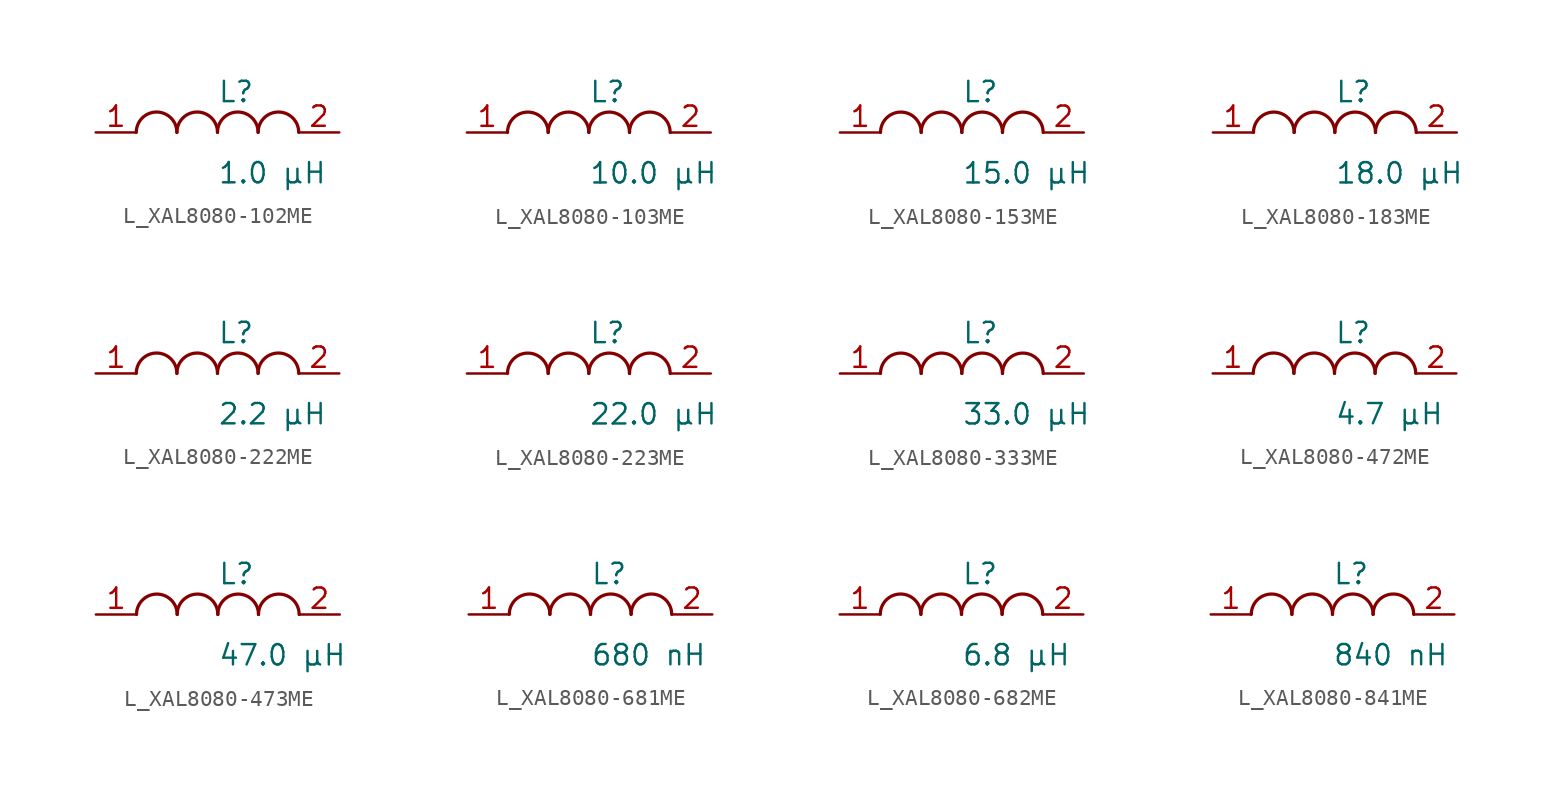
<source format=kicad_sym>
(kicad_symbol_lib
  (version 20231120)
  (generator kicad_symbol_editor)
  (generator_version 8.0)
  (symbol "L_XAL8080-102ME"
    (pin_names
      (offset 0.254))
    (property "Reference" "L"
      (at 0 2.54 0)
      (effects (font (size 1.27 1.27)) (justify left)))
    (property "Value" "1.0 µH"
      (at 0 -2.54 0)
      (effects (font (size 1.27 1.27)) (justify left)))
    (symbol "L_XAL8080-102ME_1_1"
      (arc (start -2.54 0.0056) (mid -3.81 1.27) (end -5.08 0.0056) (stroke (width 0.2032) (type default)) (fill (type none)))
      (arc (start 0 0.0056) (mid -1.27 1.27) (end -2.54 0.0056) (stroke (width 0.2032) (type default)) (fill (type none)))
      (arc (start 2.54 0.0056) (mid 1.27 1.27) (end 0 0.0056) (stroke (width 0.2032) (type default)) (fill (type none)))
      (arc (start 5.08 0.0056) (mid 3.81 1.27) (end 2.54 0.0056) (stroke (width 0.2032) (type default)) (fill (type none)))
      (pin unspecified line (at -7.62 0 0) (length 2.54) (name "" (effects (font (size 1.27 1.27)))) (number "1" (effects (font (size 1.27 1.27)))))
      (pin unspecified line (at 7.62 0 180) (length 2.54) (name "" (effects (font (size 1.27 1.27)))) (number "2" (effects (font (size 1.27 1.27)))))))
  (symbol "L_XAL8080-103ME"
    (pin_names
      (offset 0.254))
    (property "Reference" "L"
      (at 0 2.54 0)
      (effects (font (size 1.27 1.27)) (justify left)))
    (property "Value" "10.0 µH"
      (at 0 -2.54 0)
      (effects (font (size 1.27 1.27)) (justify left)))
    (symbol "L_XAL8080-103ME_1_1"
      (arc (start -2.54 0.0056) (mid -3.81 1.27) (end -5.08 0.0056) (stroke (width 0.2032) (type default)) (fill (type none)))
      (arc (start 0 0.0056) (mid -1.27 1.27) (end -2.54 0.0056) (stroke (width 0.2032) (type default)) (fill (type none)))
      (arc (start 2.54 0.0056) (mid 1.27 1.27) (end 0 0.0056) (stroke (width 0.2032) (type default)) (fill (type none)))
      (arc (start 5.08 0.0056) (mid 3.81 1.27) (end 2.54 0.0056) (stroke (width 0.2032) (type default)) (fill (type none)))
      (pin unspecified line (at -7.62 0 0) (length 2.54) (name "" (effects (font (size 1.27 1.27)))) (number "1" (effects (font (size 1.27 1.27)))))
      (pin unspecified line (at 7.62 0 180) (length 2.54) (name "" (effects (font (size 1.27 1.27)))) (number "2" (effects (font (size 1.27 1.27)))))))
  (symbol "L_XAL8080-153ME"
    (pin_names
      (offset 0.254))
    (property "Reference" "L"
      (at 0 2.54 0)
      (effects (font (size 1.27 1.27)) (justify left)))
    (property "Value" "15.0 µH"
      (at 0 -2.54 0)
      (effects (font (size 1.27 1.27)) (justify left)))
    (symbol "L_XAL8080-153ME_1_1"
      (arc (start -2.54 0.0056) (mid -3.81 1.27) (end -5.08 0.0056) (stroke (width 0.2032) (type default)) (fill (type none)))
      (arc (start 0 0.0056) (mid -1.27 1.27) (end -2.54 0.0056) (stroke (width 0.2032) (type default)) (fill (type none)))
      (arc (start 2.54 0.0056) (mid 1.27 1.27) (end 0 0.0056) (stroke (width 0.2032) (type default)) (fill (type none)))
      (arc (start 5.08 0.0056) (mid 3.81 1.27) (end 2.54 0.0056) (stroke (width 0.2032) (type default)) (fill (type none)))
      (pin unspecified line (at -7.62 0 0) (length 2.54) (name "" (effects (font (size 1.27 1.27)))) (number "1" (effects (font (size 1.27 1.27)))))
      (pin unspecified line (at 7.62 0 180) (length 2.54) (name "" (effects (font (size 1.27 1.27)))) (number "2" (effects (font (size 1.27 1.27)))))))
  (symbol "L_XAL8080-183ME"
    (pin_names
      (offset 0.254))
    (property "Reference" "L"
      (at 0 2.54 0)
      (effects (font (size 1.27 1.27)) (justify left)))
    (property "Value" "18.0 µH"
      (at 0 -2.54 0)
      (effects (font (size 1.27 1.27)) (justify left)))
    (symbol "L_XAL8080-183ME_1_1"
      (arc (start -2.54 0.0056) (mid -3.81 1.27) (end -5.08 0.0056) (stroke (width 0.2032) (type default)) (fill (type none)))
      (arc (start 0 0.0056) (mid -1.27 1.27) (end -2.54 0.0056) (stroke (width 0.2032) (type default)) (fill (type none)))
      (arc (start 2.54 0.0056) (mid 1.27 1.27) (end 0 0.0056) (stroke (width 0.2032) (type default)) (fill (type none)))
      (arc (start 5.08 0.0056) (mid 3.81 1.27) (end 2.54 0.0056) (stroke (width 0.2032) (type default)) (fill (type none)))
      (pin unspecified line (at -7.62 0 0) (length 2.54) (name "" (effects (font (size 1.27 1.27)))) (number "1" (effects (font (size 1.27 1.27)))))
      (pin unspecified line (at 7.62 0 180) (length 2.54) (name "" (effects (font (size 1.27 1.27)))) (number "2" (effects (font (size 1.27 1.27)))))))
  (symbol "L_XAL8080-222ME"
    (pin_names
      (offset 0.254))
    (property "Reference" "L"
      (at 0 2.54 0)
      (effects (font (size 1.27 1.27)) (justify left)))
    (property "Value" "2.2 µH"
      (at 0 -2.54 0)
      (effects (font (size 1.27 1.27)) (justify left)))
    (symbol "L_XAL8080-222ME_1_1"
      (arc (start -2.54 0.0056) (mid -3.81 1.27) (end -5.08 0.0056) (stroke (width 0.2032) (type default)) (fill (type none)))
      (arc (start 0 0.0056) (mid -1.27 1.27) (end -2.54 0.0056) (stroke (width 0.2032) (type default)) (fill (type none)))
      (arc (start 2.54 0.0056) (mid 1.27 1.27) (end 0 0.0056) (stroke (width 0.2032) (type default)) (fill (type none)))
      (arc (start 5.08 0.0056) (mid 3.81 1.27) (end 2.54 0.0056) (stroke (width 0.2032) (type default)) (fill (type none)))
      (pin unspecified line (at -7.62 0 0) (length 2.54) (name "" (effects (font (size 1.27 1.27)))) (number "1" (effects (font (size 1.27 1.27)))))
      (pin unspecified line (at 7.62 0 180) (length 2.54) (name "" (effects (font (size 1.27 1.27)))) (number "2" (effects (font (size 1.27 1.27)))))))
  (symbol "L_XAL8080-223ME"
    (pin_names
      (offset 0.254))
    (property "Reference" "L"
      (at 0 2.54 0)
      (effects (font (size 1.27 1.27)) (justify left)))
    (property "Value" "22.0 µH"
      (at 0 -2.54 0)
      (effects (font (size 1.27 1.27)) (justify left)))
    (symbol "L_XAL8080-223ME_1_1"
      (arc (start -2.54 0.0056) (mid -3.81 1.27) (end -5.08 0.0056) (stroke (width 0.2032) (type default)) (fill (type none)))
      (arc (start 0 0.0056) (mid -1.27 1.27) (end -2.54 0.0056) (stroke (width 0.2032) (type default)) (fill (type none)))
      (arc (start 2.54 0.0056) (mid 1.27 1.27) (end 0 0.0056) (stroke (width 0.2032) (type default)) (fill (type none)))
      (arc (start 5.08 0.0056) (mid 3.81 1.27) (end 2.54 0.0056) (stroke (width 0.2032) (type default)) (fill (type none)))
      (pin unspecified line (at -7.62 0 0) (length 2.54) (name "" (effects (font (size 1.27 1.27)))) (number "1" (effects (font (size 1.27 1.27)))))
      (pin unspecified line (at 7.62 0 180) (length 2.54) (name "" (effects (font (size 1.27 1.27)))) (number "2" (effects (font (size 1.27 1.27)))))))
  (symbol "L_XAL8080-333ME"
    (pin_names
      (offset 0.254))
    (property "Reference" "L"
      (at 0 2.54 0)
      (effects (font (size 1.27 1.27)) (justify left)))
    (property "Value" "33.0 µH"
      (at 0 -2.54 0)
      (effects (font (size 1.27 1.27)) (justify left)))
    (symbol "L_XAL8080-333ME_1_1"
      (arc (start -2.54 0.0056) (mid -3.81 1.27) (end -5.08 0.0056) (stroke (width 0.2032) (type default)) (fill (type none)))
      (arc (start 0 0.0056) (mid -1.27 1.27) (end -2.54 0.0056) (stroke (width 0.2032) (type default)) (fill (type none)))
      (arc (start 2.54 0.0056) (mid 1.27 1.27) (end 0 0.0056) (stroke (width 0.2032) (type default)) (fill (type none)))
      (arc (start 5.08 0.0056) (mid 3.81 1.27) (end 2.54 0.0056) (stroke (width 0.2032) (type default)) (fill (type none)))
      (pin unspecified line (at -7.62 0 0) (length 2.54) (name "" (effects (font (size 1.27 1.27)))) (number "1" (effects (font (size 1.27 1.27)))))
      (pin unspecified line (at 7.62 0 180) (length 2.54) (name "" (effects (font (size 1.27 1.27)))) (number "2" (effects (font (size 1.27 1.27)))))))
  (symbol "L_XAL8080-472ME"
    (pin_names
      (offset 0.254))
    (property "Reference" "L"
      (at 0 2.54 0)
      (effects (font (size 1.27 1.27)) (justify left)))
    (property "Value" "4.7 µH"
      (at 0 -2.54 0)
      (effects (font (size 1.27 1.27)) (justify left)))
    (symbol "L_XAL8080-472ME_1_1"
      (arc (start -2.54 0.0056) (mid -3.81 1.27) (end -5.08 0.0056) (stroke (width 0.2032) (type default)) (fill (type none)))
      (arc (start 0 0.0056) (mid -1.27 1.27) (end -2.54 0.0056) (stroke (width 0.2032) (type default)) (fill (type none)))
      (arc (start 2.54 0.0056) (mid 1.27 1.27) (end 0 0.0056) (stroke (width 0.2032) (type default)) (fill (type none)))
      (arc (start 5.08 0.0056) (mid 3.81 1.27) (end 2.54 0.0056) (stroke (width 0.2032) (type default)) (fill (type none)))
      (pin unspecified line (at -7.62 0 0) (length 2.54) (name "" (effects (font (size 1.27 1.27)))) (number "1" (effects (font (size 1.27 1.27)))))
      (pin unspecified line (at 7.62 0 180) (length 2.54) (name "" (effects (font (size 1.27 1.27)))) (number "2" (effects (font (size 1.27 1.27)))))))
  (symbol "L_XAL8080-473ME"
    (pin_names
      (offset 0.254))
    (property "Reference" "L"
      (at 0 2.54 0)
      (effects (font (size 1.27 1.27)) (justify left)))
    (property "Value" "47.0 µH"
      (at 0 -2.54 0)
      (effects (font (size 1.27 1.27)) (justify left)))
    (symbol "L_XAL8080-473ME_1_1"
      (arc (start -2.54 0.0056) (mid -3.81 1.27) (end -5.08 0.0056) (stroke (width 0.2032) (type default)) (fill (type none)))
      (arc (start 0 0.0056) (mid -1.27 1.27) (end -2.54 0.0056) (stroke (width 0.2032) (type default)) (fill (type none)))
      (arc (start 2.54 0.0056) (mid 1.27 1.27) (end 0 0.0056) (stroke (width 0.2032) (type default)) (fill (type none)))
      (arc (start 5.08 0.0056) (mid 3.81 1.27) (end 2.54 0.0056) (stroke (width 0.2032) (type default)) (fill (type none)))
      (pin unspecified line (at -7.62 0 0) (length 2.54) (name "" (effects (font (size 1.27 1.27)))) (number "1" (effects (font (size 1.27 1.27)))))
      (pin unspecified line (at 7.62 0 180) (length 2.54) (name "" (effects (font (size 1.27 1.27)))) (number "2" (effects (font (size 1.27 1.27)))))))
  (symbol "L_XAL8080-681ME"
    (pin_names
      (offset 0.254))
    (property "Reference" "L"
      (at 0 2.54 0)
      (effects (font (size 1.27 1.27)) (justify left)))
    (property "Value" "680 nH"
      (at 0 -2.54 0)
      (effects (font (size 1.27 1.27)) (justify left)))
    (symbol "L_XAL8080-681ME_1_1"
      (arc (start -2.54 0.0056) (mid -3.81 1.27) (end -5.08 0.0056) (stroke (width 0.2032) (type default)) (fill (type none)))
      (arc (start 0 0.0056) (mid -1.27 1.27) (end -2.54 0.0056) (stroke (width 0.2032) (type default)) (fill (type none)))
      (arc (start 2.54 0.0056) (mid 1.27 1.27) (end 0 0.0056) (stroke (width 0.2032) (type default)) (fill (type none)))
      (arc (start 5.08 0.0056) (mid 3.81 1.27) (end 2.54 0.0056) (stroke (width 0.2032) (type default)) (fill (type none)))
      (pin unspecified line (at -7.62 0 0) (length 2.54) (name "" (effects (font (size 1.27 1.27)))) (number "1" (effects (font (size 1.27 1.27)))))
      (pin unspecified line (at 7.62 0 180) (length 2.54) (name "" (effects (font (size 1.27 1.27)))) (number "2" (effects (font (size 1.27 1.27)))))))
  (symbol "L_XAL8080-682ME"
    (pin_names
      (offset 0.254))
    (property "Reference" "L"
      (at 0 2.54 0)
      (effects (font (size 1.27 1.27)) (justify left)))
    (property "Value" "6.8 µH"
      (at 0 -2.54 0)
      (effects (font (size 1.27 1.27)) (justify left)))
    (symbol "L_XAL8080-682ME_1_1"
      (arc (start -2.54 0.0056) (mid -3.81 1.27) (end -5.08 0.0056) (stroke (width 0.2032) (type default)) (fill (type none)))
      (arc (start 0 0.0056) (mid -1.27 1.27) (end -2.54 0.0056) (stroke (width 0.2032) (type default)) (fill (type none)))
      (arc (start 2.54 0.0056) (mid 1.27 1.27) (end 0 0.0056) (stroke (width 0.2032) (type default)) (fill (type none)))
      (arc (start 5.08 0.0056) (mid 3.81 1.27) (end 2.54 0.0056) (stroke (width 0.2032) (type default)) (fill (type none)))
      (pin unspecified line (at -7.62 0 0) (length 2.54) (name "" (effects (font (size 1.27 1.27)))) (number "1" (effects (font (size 1.27 1.27)))))
      (pin unspecified line (at 7.62 0 180) (length 2.54) (name "" (effects (font (size 1.27 1.27)))) (number "2" (effects (font (size 1.27 1.27)))))))
  (symbol "L_XAL8080-841ME"
    (pin_names
      (offset 0.254))
    (property "Reference" "L"
      (at 0 2.54 0)
      (effects (font (size 1.27 1.27)) (justify left)))
    (property "Value" "840 nH"
      (at 0 -2.54 0)
      (effects (font (size 1.27 1.27)) (justify left)))
    (symbol "L_XAL8080-841ME_1_1"
      (arc (start -2.54 0.0056) (mid -3.81 1.27) (end -5.08 0.0056) (stroke (width 0.2032) (type default)) (fill (type none)))
      (arc (start 0 0.0056) (mid -1.27 1.27) (end -2.54 0.0056) (stroke (width 0.2032) (type default)) (fill (type none)))
      (arc (start 2.54 0.0056) (mid 1.27 1.27) (end 0 0.0056) (stroke (width 0.2032) (type default)) (fill (type none)))
      (arc (start 5.08 0.0056) (mid 3.81 1.27) (end 2.54 0.0056) (stroke (width 0.2032) (type default)) (fill (type none)))
      (pin unspecified line (at -7.62 0 0) (length 2.54) (name "" (effects (font (size 1.27 1.27)))) (number "1" (effects (font (size 1.27 1.27)))))
      (pin unspecified line (at 7.62 0 180) (length 2.54) (name "" (effects (font (size 1.27 1.27)))) (number "2" (effects (font (size 1.27 1.27))))))))
</source>
